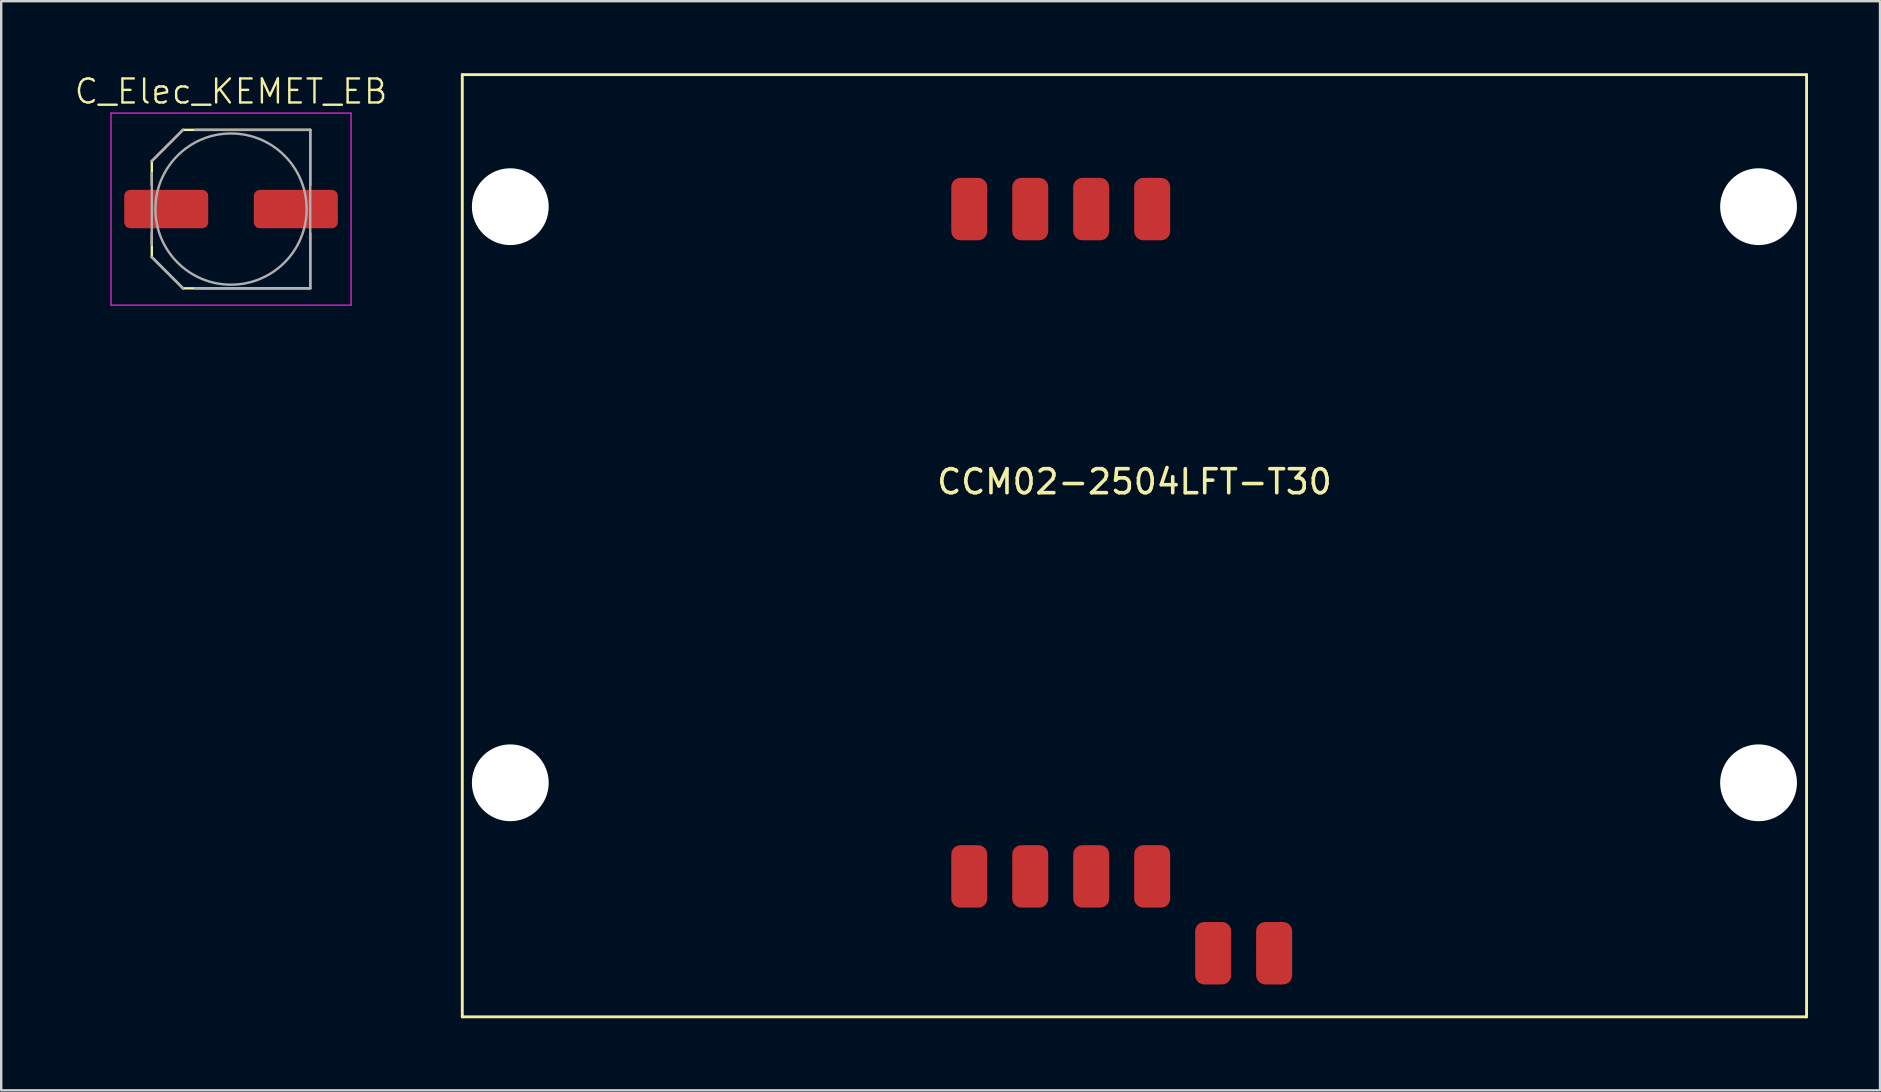
<source format=kicad_pcb>
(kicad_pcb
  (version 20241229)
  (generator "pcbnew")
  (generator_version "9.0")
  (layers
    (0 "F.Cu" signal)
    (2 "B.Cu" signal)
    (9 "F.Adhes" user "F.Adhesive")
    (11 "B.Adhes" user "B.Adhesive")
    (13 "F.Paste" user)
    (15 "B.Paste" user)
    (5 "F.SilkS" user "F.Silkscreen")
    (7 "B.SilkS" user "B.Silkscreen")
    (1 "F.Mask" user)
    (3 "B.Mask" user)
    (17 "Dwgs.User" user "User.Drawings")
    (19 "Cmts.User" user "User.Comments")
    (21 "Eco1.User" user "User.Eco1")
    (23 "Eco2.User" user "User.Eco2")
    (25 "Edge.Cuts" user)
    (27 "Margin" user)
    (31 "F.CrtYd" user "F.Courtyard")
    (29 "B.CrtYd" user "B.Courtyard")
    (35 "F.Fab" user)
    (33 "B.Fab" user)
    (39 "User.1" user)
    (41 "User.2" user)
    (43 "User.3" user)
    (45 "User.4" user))
  (footprint "CCM02-2504LFT-T30"
    (layer "F.Cu")
    (at 44.208 19.56)
    (property "Reference" "CCM02-2504LFT-T30" (at 0 -2.54 0) (layer "F.SilkS") (effects (font (size 1 1) (thickness 0.15))))
    (attr through_hole)
    (fp_line (start -28 -19.5) (end 28 -19.5) (stroke (width 0.12) (type solid)) (layer "F.SilkS"))
    (fp_line (start -28 19.75) (end -28 -19.5) (stroke (width 0.12) (type solid)) (layer "F.SilkS"))
    (fp_line (start 28 -19.5) (end 28 19.75) (stroke (width 0.12) (type solid)) (layer "F.SilkS"))
    (fp_line (start 28 19.75) (end -28 19.75) (stroke (width 0.12) (type solid)) (layer "F.SilkS"))
    (pad "" np_thru_hole circle (at -26 -14) (size 3.2 3.2) (drill 3.2) (layers "*.Cu" "*.Mask"))
    (pad "" np_thru_hole circle (at -26 10) (size 3.2 3.2) (drill 3.2) (layers "*.Cu" "*.Mask"))
    (pad "" np_thru_hole circle (at 26 -14) (size 3.2 3.2) (drill 3.2) (layers "*.Cu" "*.Mask"))
    (pad "" np_thru_hole circle (at 26 10) (size 3.2 3.2) (drill 3.2) (layers "*.Cu" "*.Mask"))
    (pad "C1" smd roundrect (at -6.88 13.9) (size 1.5 2.6) (layers "F.Cu" "F.Mask" "F.Paste") (roundrect_rratio 0.25))
    (pad "C2" smd roundrect (at -4.34 13.9) (size 1.5 2.6) (layers "F.Cu" "F.Mask" "F.Paste") (roundrect_rratio 0.25))
    (pad "C3" smd roundrect (at -1.8 13.9) (size 1.5 2.6) (layers "F.Cu" "F.Mask" "F.Paste") (roundrect_rratio 0.25))
    (pad "C4" smd roundrect (at 0.74 13.9) (size 1.5 2.6) (layers "F.Cu" "F.Mask" "F.Paste") (roundrect_rratio 0.25))
    (pad "C5" smd roundrect (at -6.88 -13.9) (size 1.5 2.6) (layers "F.Cu" "F.Mask" "F.Paste") (roundrect_rratio 0.25))
    (pad "C6" smd roundrect (at -4.34 -13.9) (size 1.5 2.6) (layers "F.Cu" "F.Mask" "F.Paste") (roundrect_rratio 0.25))
    (pad "C7" smd roundrect (at -1.8 -13.9) (size 1.5 2.6) (layers "F.Cu" "F.Mask" "F.Paste") (roundrect_rratio 0.25))
    (pad "C8" smd roundrect (at 0.74 -13.9) (size 1.5 2.6) (layers "F.Cu" "F.Mask" "F.Paste") (roundrect_rratio 0.25))
    (pad "SW1" smd roundrect (at 3.28 17.1) (size 1.5 2.6) (layers "F.Cu" "F.Mask" "F.Paste") (roundrect_rratio 0.25))
    (pad "SW2" smd roundrect (at 5.82 17.1) (size 1.5 2.6) (layers "F.Cu" "F.Mask" "F.Paste") (roundrect_rratio 0.25)))
  (footprint "C_Elec_KEMET_EB"
    (layer "F.Cu")
    (at 6.574 5.66)
    (property "Reference" "C_Elec_KEMET_EB" (at 0 -4.9 0) (unlocked yes) (layer "F.SilkS") (effects (font (size 1 1) (thickness 0.1))))
    (attr smd)
    (fp_line (start -3.3 -1) (end -3.3 -2) (stroke (width 0.1) (type solid)) (layer "F.SilkS"))
    (fp_line (start -3.3 2) (end -3.3 1) (stroke (width 0.1) (type solid)) (layer "F.SilkS"))
    (fp_line (start -2 -3.3) (end -3.3 -2) (stroke (width 0.1) (type solid)) (layer "F.SilkS"))
    (fp_line (start -2 -3.3) (end 3.3 -3.3) (stroke (width 0.1) (type solid)) (layer "F.SilkS"))
    (fp_line (start -2 3.3) (end -3.3 2) (stroke (width 0.1) (type solid)) (layer "F.SilkS"))
    (fp_line (start 3.3 -3.3) (end 3.3 -1) (stroke (width 0.1) (type solid)) (layer "F.SilkS"))
    (fp_line (start 3.3 1) (end 3.3 3.3) (stroke (width 0.1) (type solid)) (layer "F.SilkS"))
    (fp_line (start 3.3 3.3) (end -2 3.3) (stroke (width 0.1) (type solid)) (layer "F.SilkS"))
    (fp_line (start -5 -4) (end -5 4) (stroke (width 0.05) (type solid)) (layer "F.CrtYd"))
    (fp_line (start -5 -4) (end 5 -4) (stroke (width 0.05) (type solid)) (layer "F.CrtYd"))
    (fp_line (start -5 4) (end 5 4) (stroke (width 0.05) (type solid)) (layer "F.CrtYd"))
    (fp_line (start 5 -4) (end 5 4) (stroke (width 0.05) (type solid)) (layer "F.CrtYd"))
    (fp_line (start -3.3 -2) (end -2 -3.3) (stroke (width 0.1) (type solid)) (layer "F.Fab"))
    (fp_line (start -3.3 1.5) (end -3.3 -1.5) (stroke (width 0.1) (type solid)) (layer "F.Fab"))
    (fp_line (start -2 3.3) (end -3.3 2) (stroke (width 0.1) (type solid)) (layer "F.Fab"))
    (fp_line (start -1.5 -3.3) (end 3.3 -3.3) (stroke (width 0.1) (type solid)) (layer "F.Fab"))
    (fp_line (start 3.3 -3.3) (end 3.3 3.3) (stroke (width 0.1) (type solid)) (layer "F.Fab"))
    (fp_line (start 3.3 3.3) (end -1.5 3.3) (stroke (width 0.1) (type solid)) (layer "F.Fab"))
    (fp_circle (center 0 0) (end 3.15 0) (stroke (width 0.1) (type solid)) (fill no) (layer "F.Fab"))
    (pad "1" smd roundrect (at -2.7 0) (size 3.5 1.6) (layers "F.Cu" "F.Mask" "F.Paste") (roundrect_rratio 0.156))
    (pad "2" smd roundrect (at 2.7 0) (size 3.5 1.6) (layers "F.Cu" "F.Mask" "F.Paste") (roundrect_rratio 0.156)))
  (gr_rect
    (start -3 -3)
    (end 75.268 42.37)
    (stroke (width 0.1) (type default))
    (fill no)
    (layer "Edge.Cuts")))
</source>
